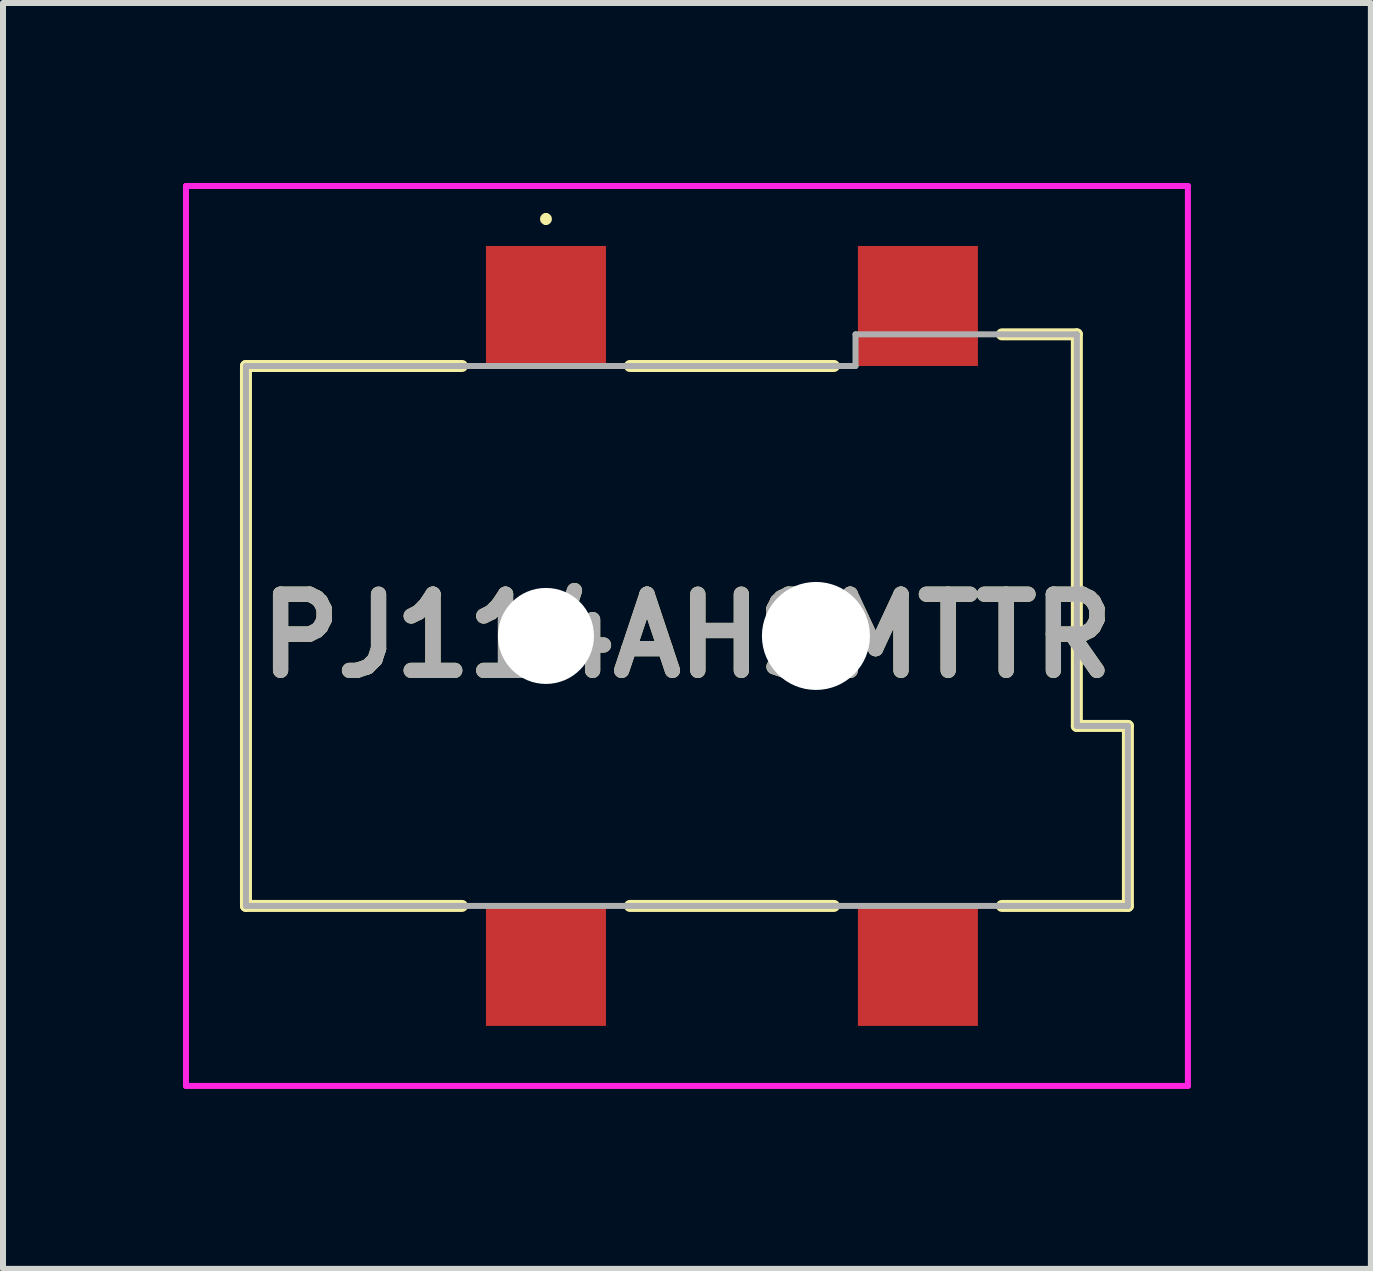
<source format=kicad_pcb>
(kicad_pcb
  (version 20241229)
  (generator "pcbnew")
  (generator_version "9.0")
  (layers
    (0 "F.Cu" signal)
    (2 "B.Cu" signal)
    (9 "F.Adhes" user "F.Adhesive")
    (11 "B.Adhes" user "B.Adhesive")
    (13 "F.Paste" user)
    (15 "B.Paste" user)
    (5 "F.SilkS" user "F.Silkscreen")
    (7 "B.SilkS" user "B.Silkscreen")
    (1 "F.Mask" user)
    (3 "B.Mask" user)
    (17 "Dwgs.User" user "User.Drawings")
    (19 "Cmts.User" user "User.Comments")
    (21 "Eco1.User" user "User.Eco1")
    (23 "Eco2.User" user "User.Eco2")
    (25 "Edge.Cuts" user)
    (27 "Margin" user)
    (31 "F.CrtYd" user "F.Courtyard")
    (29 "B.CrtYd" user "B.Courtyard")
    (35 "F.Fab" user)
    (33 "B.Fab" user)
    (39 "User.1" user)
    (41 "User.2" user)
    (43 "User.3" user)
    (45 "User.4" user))
  (footprint "PJ114AHSMTTR"
    (layer "F.Cu")
    (at 8.4 7.55)
    (property "Reference" "PJ114AHSMTTR" (at 0 0 0) (layer "F.SilkS") (effects (font (size 1.27 1.27) (thickness 0.254))))
    (attr through_hole)
    (fp_line (start -7.35 -4.5) (end -7.35 4.5) (stroke (width 0.2) (type solid)) (layer "F.SilkS"))
    (fp_line (start -7.35 4.5) (end -3.75 4.5) (stroke (width 0.2) (type solid)) (layer "F.SilkS"))
    (fp_line (start -3.75 -4.5) (end -7.35 -4.5) (stroke (width 0.2) (type solid)) (layer "F.SilkS"))
    (fp_line (start -2.35 -7) (end -2.35 -7) (stroke (width 0.1) (type solid)) (layer "F.SilkS"))
    (fp_line (start -2.35 -6.9) (end -2.35 -6.9) (stroke (width 0.1) (type solid)) (layer "F.SilkS"))
    (fp_line (start -0.95 -4.5) (end 2.45 -4.5) (stroke (width 0.2) (type solid)) (layer "F.SilkS"))
    (fp_line (start -0.95 4.5) (end 2.45 4.5) (stroke (width 0.2) (type solid)) (layer "F.SilkS"))
    (fp_line (start 5.25 4.5) (end 7.35 4.5) (stroke (width 0.2) (type solid)) (layer "F.SilkS"))
    (fp_line (start 6.499 -5.027) (end 5.25 -5.027) (stroke (width 0.2) (type solid)) (layer "F.SilkS"))
    (fp_line (start 6.499 1.5) (end 6.499 -5.027) (stroke (width 0.2) (type solid)) (layer "F.SilkS"))
    (fp_line (start 7.35 1.5) (end 6.499 1.5) (stroke (width 0.2) (type solid)) (layer "F.SilkS"))
    (fp_line (start 7.35 4.5) (end 7.35 1.5) (stroke (width 0.2) (type solid)) (layer "F.SilkS"))
    (fp_arc (start -2.35 -7) (mid -2.3 -6.95) (end -2.35 -6.9) (stroke (width 0.1) (type solid)) (layer "F.SilkS"))
    (fp_arc (start -2.35 -6.9) (mid -2.4 -6.95) (end -2.35 -7) (stroke (width 0.1) (type solid)) (layer "F.SilkS"))
    (fp_line (start -8.35 -7.5) (end 8.35 -7.5) (stroke (width 0.1) (type solid)) (layer "F.CrtYd"))
    (fp_line (start -8.35 7.5) (end -8.35 -7.5) (stroke (width 0.1) (type solid)) (layer "F.CrtYd"))
    (fp_line (start 8.35 -7.5) (end 8.35 7.5) (stroke (width 0.1) (type solid)) (layer "F.CrtYd"))
    (fp_line (start 8.35 7.5) (end -8.35 7.5) (stroke (width 0.1) (type solid)) (layer "F.CrtYd"))
    (fp_line (start -7.35 -4.5) (end -7.35 0) (stroke (width 0.1) (type solid)) (layer "F.Fab"))
    (fp_line (start -7.35 0) (end -7.35 4.5) (stroke (width 0.1) (type solid)) (layer "F.Fab"))
    (fp_line (start -7.35 4.5) (end 7.35 4.5) (stroke (width 0.1) (type solid)) (layer "F.Fab"))
    (fp_line (start 2.81 -5.027) (end 2.81 -4.5) (stroke (width 0.1) (type solid)) (layer "F.Fab"))
    (fp_line (start 2.81 -4.5) (end -7.35 -4.5) (stroke (width 0.1) (type solid)) (layer "F.Fab"))
    (fp_line (start 6.499 -5.027) (end 2.81 -5.027) (stroke (width 0.1) (type solid)) (layer "F.Fab"))
    (fp_line (start 6.499 1.5) (end 6.499 -5.027) (stroke (width 0.1) (type solid)) (layer "F.Fab"))
    (fp_line (start 7.35 1.5) (end 6.499 1.5) (stroke (width 0.1) (type solid)) (layer "F.Fab"))
    (fp_line (start 7.35 4.5) (end 7.35 1.5) (stroke (width 0.1) (type solid)) (layer "F.Fab"))
    (fp_text user "${REFERENCE}" (at 0 0 0) (layer "F.Fab") (effects (font (size 1.27 1.27) (thickness 0.254))))
    (pad "" np_thru_hole circle (at -2.35 0) (size 1.6 1.6) (drill 1.6) (layers "*.Cu" "*.Mask"))
    (pad "" np_thru_hole circle (at 2.15 0) (size 1.8 1.8) (drill 1.8) (layers "*.Cu" "*.Mask"))
    (pad "2" smd rect (at -2.35 5.5 90) (size 2 2) (layers "F.Cu" "F.Mask" "F.Paste"))
    (pad "3" smd rect (at 3.85 5.5 90) (size 2 2) (layers "F.Cu" "F.Mask" "F.Paste"))
    (pad "A1" smd rect (at -2.35 -5.5 90) (size 2 2) (layers "F.Cu" "F.Mask" "F.Paste"))
    (pad "B1" smd rect (at 3.85 -5.5 90) (size 2 2) (layers "F.Cu" "F.Mask" "F.Paste")))
  (gr_rect
    (start -3 -3)
    (end 19.8 18.1)
    (stroke (width 0.1) (type default))
    (fill no)
    (layer "Edge.Cuts")))
</source>
